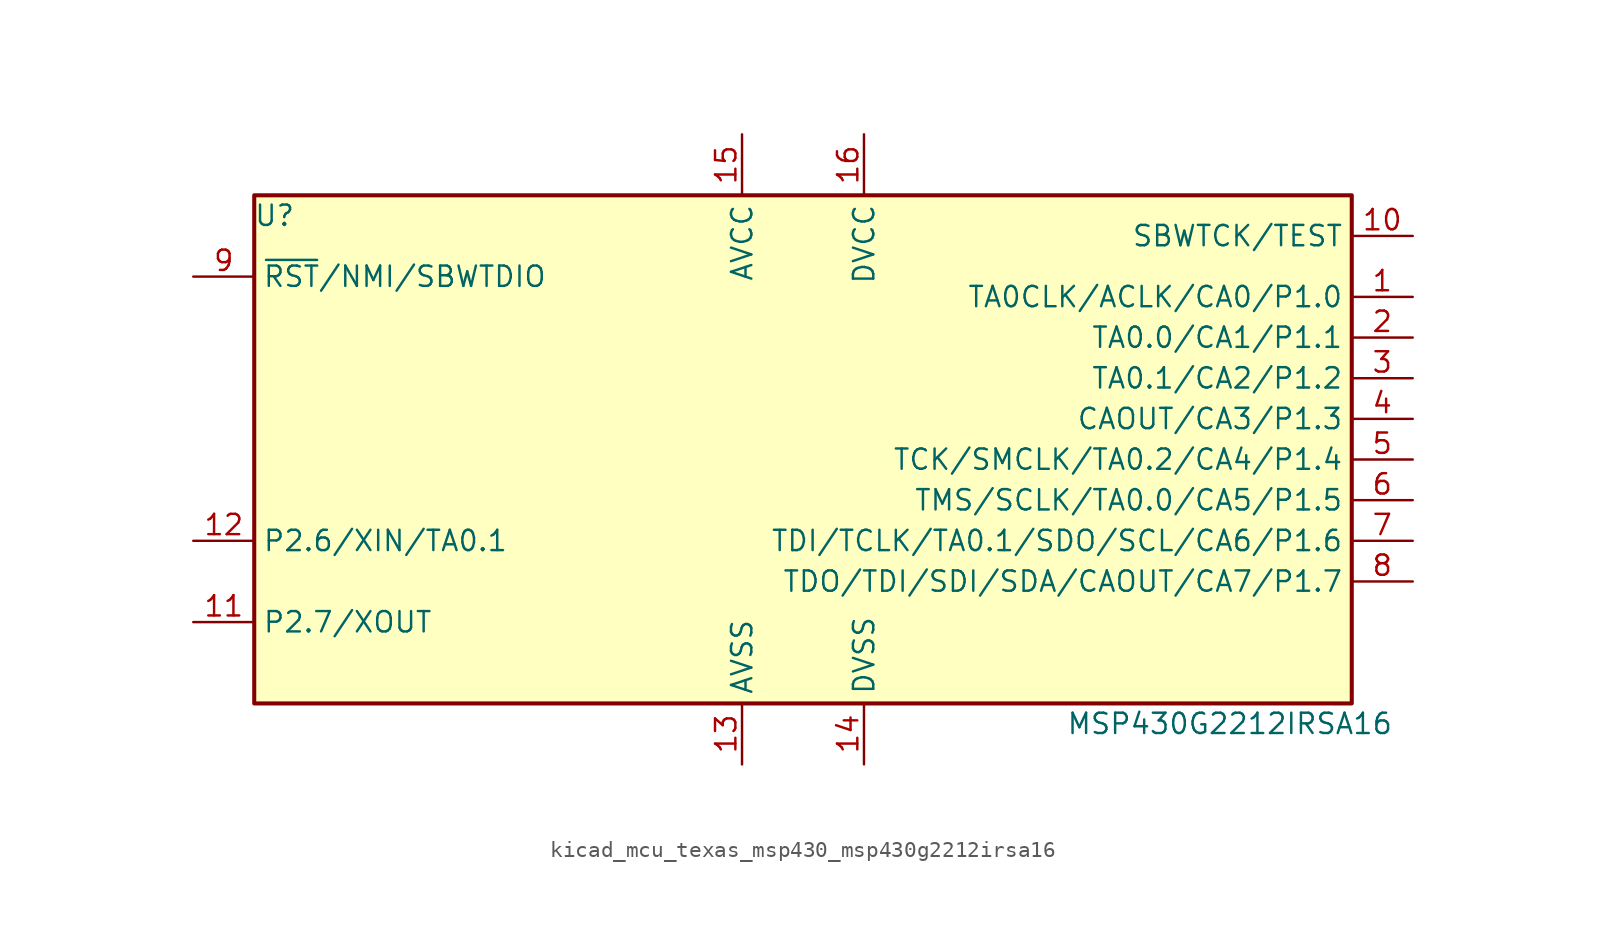
<source format=kicad_sym>
(kicad_symbol_lib
  (version 20220914)
  (generator kicad_symbol_editor)
  (symbol "kicad_mcu_texas_msp430_msp430g2212irsa16"
    (property "Reference" "U"
      (at -33.02 15.24 0)
      (effects (font (size 1.27 1.27))))
    (property "Value" "MSP430G2212IRSA16"
      (at 26.67 -16.51 0)
      (effects (font (size 1.27 1.27))))
    (symbol "kicad_mcu_texas_msp430_msp430g2212irsa16_0_1"
      (rectangle (start -34.29 16.51) (end 34.29 -15.24) (stroke (width 0.254) (type default)) (fill (type background))))
    (symbol "kicad_mcu_texas_msp430_msp430g2212irsa16_1_1"
      (pin bidirectional line (at 38.1 10.16 180) (length 3.81) (name "TA0CLK/ACLK/CA0/P1.0" (effects (font (size 1.27 1.27)))) (number "1" (effects (font (size 1.27 1.27)))))
      (pin input line (at 38.1 13.97 180) (length 3.81) (name "SBWTCK/TEST" (effects (font (size 1.27 1.27)))) (number "10" (effects (font (size 1.27 1.27)))))
      (pin bidirectional line (at -38.1 -10.16 0) (length 3.81) (name "P2.7/XOUT" (effects (font (size 1.27 1.27)))) (number "11" (effects (font (size 1.27 1.27)))))
      (pin bidirectional line (at -38.1 -5.08 0) (length 3.81) (name "P2.6/XIN/TA0.1" (effects (font (size 1.27 1.27)))) (number "12" (effects (font (size 1.27 1.27)))))
      (pin power_in line (at -3.81 -19.05 90) (length 3.81) (name "AVSS" (effects (font (size 1.27 1.27)))) (number "13" (effects (font (size 1.27 1.27)))))
      (pin power_in line (at 3.81 -19.05 90) (length 3.81) (name "DVSS" (effects (font (size 1.27 1.27)))) (number "14" (effects (font (size 1.27 1.27)))))
      (pin power_in line (at -3.81 20.32 270) (length 3.81) (name "AVCC" (effects (font (size 1.27 1.27)))) (number "15" (effects (font (size 1.27 1.27)))))
      (pin power_in line (at 3.81 20.32 270) (length 3.81) (name "DVCC" (effects (font (size 1.27 1.27)))) (number "16" (effects (font (size 1.27 1.27)))))
      (pin bidirectional line (at 38.1 7.62 180) (length 3.81) (name "TA0.0/CA1/P1.1" (effects (font (size 1.27 1.27)))) (number "2" (effects (font (size 1.27 1.27)))))
      (pin bidirectional line (at 38.1 5.08 180) (length 3.81) (name "TA0.1/CA2/P1.2" (effects (font (size 1.27 1.27)))) (number "3" (effects (font (size 1.27 1.27)))))
      (pin bidirectional line (at 38.1 2.54 180) (length 3.81) (name "CAOUT/CA3/P1.3" (effects (font (size 1.27 1.27)))) (number "4" (effects (font (size 1.27 1.27)))))
      (pin bidirectional line (at 38.1 0 180) (length 3.81) (name "TCK/SMCLK/TA0.2/CA4/P1.4" (effects (font (size 1.27 1.27)))) (number "5" (effects (font (size 1.27 1.27)))))
      (pin bidirectional line (at 38.1 -2.54 180) (length 3.81) (name "TMS/SCLK/TA0.0/CA5/P1.5" (effects (font (size 1.27 1.27)))) (number "6" (effects (font (size 1.27 1.27)))))
      (pin bidirectional line (at 38.1 -5.08 180) (length 3.81) (name "TDI/TCLK/TA0.1/SDO/SCL/CA6/P1.6" (effects (font (size 1.27 1.27)))) (number "7" (effects (font (size 1.27 1.27)))))
      (pin bidirectional line (at 38.1 -7.62 180) (length 3.81) (name "TDO/TDI/SDI/SDA/CAOUT/CA7/P1.7" (effects (font (size 1.27 1.27)))) (number "8" (effects (font (size 1.27 1.27)))))
      (pin input line (at -38.1 11.43 0) (length 3.81) (name "~{RST}/NMI/SBWTDIO" (effects (font (size 1.27 1.27)))) (number "9" (effects (font (size 1.27 1.27))))))))
</source>
